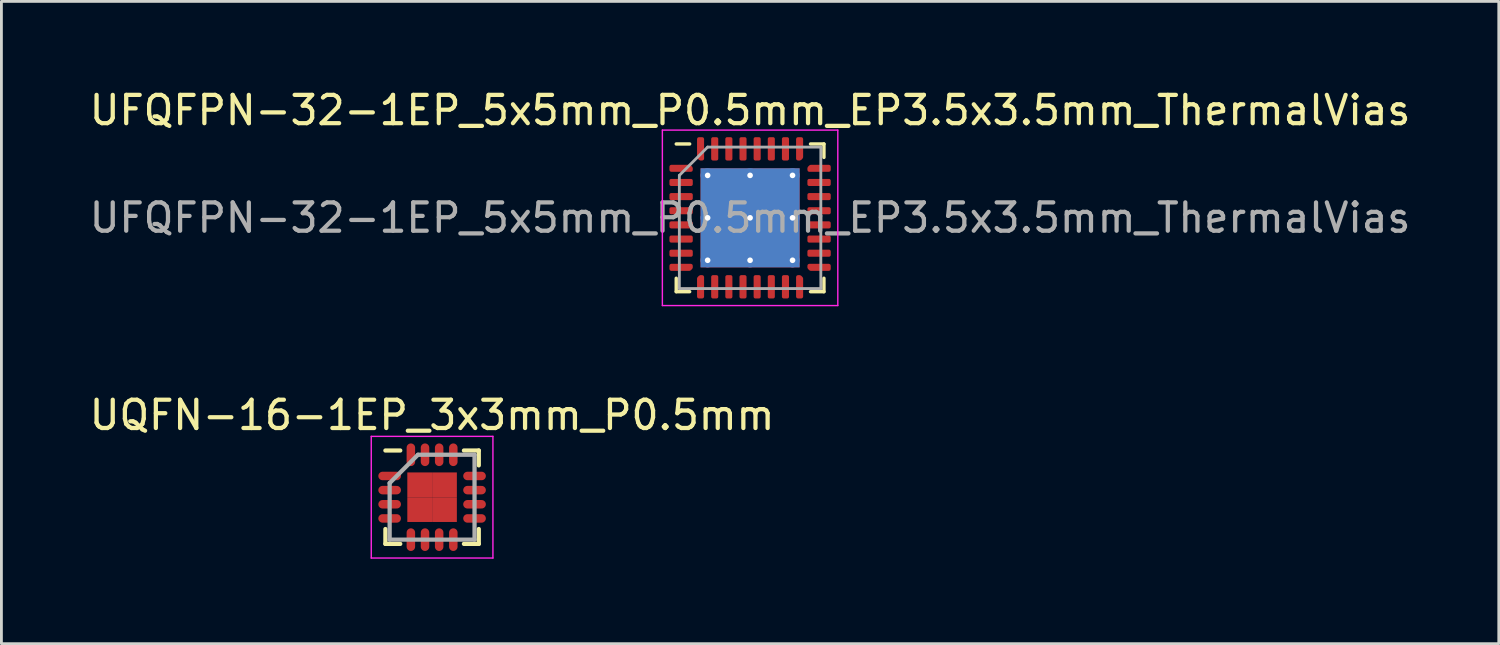
<source format=kicad_pcb>
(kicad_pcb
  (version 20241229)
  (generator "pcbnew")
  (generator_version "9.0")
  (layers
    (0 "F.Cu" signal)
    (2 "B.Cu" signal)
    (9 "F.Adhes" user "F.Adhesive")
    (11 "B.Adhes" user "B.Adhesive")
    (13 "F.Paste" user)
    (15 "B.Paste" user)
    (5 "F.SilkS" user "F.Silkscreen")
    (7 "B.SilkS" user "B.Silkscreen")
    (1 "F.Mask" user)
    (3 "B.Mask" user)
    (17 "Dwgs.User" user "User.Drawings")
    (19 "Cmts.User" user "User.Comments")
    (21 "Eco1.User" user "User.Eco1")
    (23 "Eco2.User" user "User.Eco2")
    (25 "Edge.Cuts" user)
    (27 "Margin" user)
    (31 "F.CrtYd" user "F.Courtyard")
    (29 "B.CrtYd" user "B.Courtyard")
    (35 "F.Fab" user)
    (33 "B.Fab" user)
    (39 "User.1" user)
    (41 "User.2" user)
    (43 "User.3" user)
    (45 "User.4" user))
  (footprint "UFQFPN-32-1EP_5x5mm_P0.5mm_EP3.5x3.5mm_ThermalVias"
    (layer "F.Cu")
    (at 23.458 4.648)
    (property "Reference" "UFQFPN-32-1EP_5x5mm_P0.5mm_EP3.5x3.5mm_ThermalVias" (at 0 -3.8 0) (layer "F.SilkS") (effects (font (size 1 1) (thickness 0.15))))
    (attr smd)
    (fp_line (start -2.61 2.61) (end -2.61 2.135) (stroke (width 0.12) (type solid)) (layer "F.SilkS"))
    (fp_line (start -2.135 -2.61) (end -2.61 -2.61) (stroke (width 0.12) (type solid)) (layer "F.SilkS"))
    (fp_line (start -2.135 2.61) (end -2.61 2.61) (stroke (width 0.12) (type solid)) (layer "F.SilkS"))
    (fp_line (start 2.135 -2.61) (end 2.61 -2.61) (stroke (width 0.12) (type solid)) (layer "F.SilkS"))
    (fp_line (start 2.135 2.61) (end 2.61 2.61) (stroke (width 0.12) (type solid)) (layer "F.SilkS"))
    (fp_line (start 2.61 -2.61) (end 2.61 -2.135) (stroke (width 0.12) (type solid)) (layer "F.SilkS"))
    (fp_line (start 2.61 2.61) (end 2.61 2.135) (stroke (width 0.12) (type solid)) (layer "F.SilkS"))
    (fp_line (start -3.1 -3.1) (end -3.1 3.1) (stroke (width 0.05) (type solid)) (layer "F.CrtYd"))
    (fp_line (start -3.1 3.1) (end 3.1 3.1) (stroke (width 0.05) (type solid)) (layer "F.CrtYd"))
    (fp_line (start 3.1 -3.1) (end -3.1 -3.1) (stroke (width 0.05) (type solid)) (layer "F.CrtYd"))
    (fp_line (start 3.1 3.1) (end 3.1 -3.1) (stroke (width 0.05) (type solid)) (layer "F.CrtYd"))
    (fp_line (start -2.5 -1.5) (end -1.5 -2.5) (stroke (width 0.1) (type solid)) (layer "F.Fab"))
    (fp_line (start -2.5 2.5) (end -2.5 -1.5) (stroke (width 0.1) (type solid)) (layer "F.Fab"))
    (fp_line (start -1.5 -2.5) (end 2.5 -2.5) (stroke (width 0.1) (type solid)) (layer "F.Fab"))
    (fp_line (start 2.5 -2.5) (end 2.5 2.5) (stroke (width 0.1) (type solid)) (layer "F.Fab"))
    (fp_line (start 2.5 2.5) (end -2.5 2.5) (stroke (width 0.1) (type solid)) (layer "F.Fab"))
    (fp_text user "${REFERENCE}" (at 0 0 0) (layer "F.Fab") (effects (font (size 1 1) (thickness 0.15))))
    (pad "" smd roundrect (at -0.875 -0.875) (size 1.52 1.52) (layers "F.Paste") (roundrect_rratio 0.164))
    (pad "" smd roundrect (at -0.875 0.875) (size 1.52 1.52) (layers "F.Paste") (roundrect_rratio 0.164))
    (pad "" smd roundrect (at 0.875 -0.875) (size 1.52 1.52) (layers "F.Paste") (roundrect_rratio 0.164))
    (pad "" smd roundrect (at 0.875 0.875) (size 1.52 1.52) (layers "F.Paste") (roundrect_rratio 0.164))
    (pad "1" smd custom (at -2.438 -1.75) (size 0.186 0.186) (layers "F.Cu" "F.Mask" "F.Paste") (options (anchor circle)) (primitives (gr_poly (pts (xy -0.35 -0.062) (xy 0.297 -0.062) (xy 0.35 -0.009) (xy 0.35 0.062) (xy -0.35 0.062)) (width 0.125) (fill yes))))
    (pad "2" smd roundrect (at -2.438 -1.25) (size 0.825 0.25) (layers "F.Cu" "F.Mask" "F.Paste") (roundrect_rratio 0.25))
    (pad "3" smd roundrect (at -2.438 -0.75) (size 0.825 0.25) (layers "F.Cu" "F.Mask" "F.Paste") (roundrect_rratio 0.25))
    (pad "4" smd roundrect (at -2.438 -0.25) (size 0.825 0.25) (layers "F.Cu" "F.Mask" "F.Paste") (roundrect_rratio 0.25))
    (pad "5" smd roundrect (at -2.438 0.25) (size 0.825 0.25) (layers "F.Cu" "F.Mask" "F.Paste") (roundrect_rratio 0.25))
    (pad "6" smd roundrect (at -2.438 0.75) (size 0.825 0.25) (layers "F.Cu" "F.Mask" "F.Paste") (roundrect_rratio 0.25))
    (pad "7" smd roundrect (at -2.438 1.25) (size 0.825 0.25) (layers "F.Cu" "F.Mask" "F.Paste") (roundrect_rratio 0.25))
    (pad "8" smd custom (at -2.438 1.75) (size 0.186 0.186) (layers "F.Cu" "F.Mask" "F.Paste") (options (anchor circle)) (primitives (gr_poly (pts (xy -0.35 -0.062) (xy 0.35 -0.062) (xy 0.35 0.009) (xy 0.297 0.062) (xy -0.35 0.062)) (width 0.125) (fill yes))))
    (pad "9" smd custom (at -1.75 2.438) (size 0.186 0.186) (layers "F.Cu" "F.Mask" "F.Paste") (options (anchor circle)) (primitives (gr_poly (pts (xy -0.062 -0.297) (xy -0.009 -0.35) (xy 0.062 -0.35) (xy 0.062 0.35) (xy -0.062 0.35)) (width 0.125) (fill yes))))
    (pad "10" smd roundrect (at -1.25 2.438) (size 0.25 0.825) (layers "F.Cu" "F.Mask" "F.Paste") (roundrect_rratio 0.25))
    (pad "11" smd roundrect (at -0.75 2.438) (size 0.25 0.825) (layers "F.Cu" "F.Mask" "F.Paste") (roundrect_rratio 0.25))
    (pad "12" smd roundrect (at -0.25 2.438) (size 0.25 0.825) (layers "F.Cu" "F.Mask" "F.Paste") (roundrect_rratio 0.25))
    (pad "13" smd roundrect (at 0.25 2.438) (size 0.25 0.825) (layers "F.Cu" "F.Mask" "F.Paste") (roundrect_rratio 0.25))
    (pad "14" smd roundrect (at 0.75 2.438) (size 0.25 0.825) (layers "F.Cu" "F.Mask" "F.Paste") (roundrect_rratio 0.25))
    (pad "15" smd roundrect (at 1.25 2.438) (size 0.25 0.825) (layers "F.Cu" "F.Mask" "F.Paste") (roundrect_rratio 0.25))
    (pad "16" smd custom (at 1.75 2.438) (size 0.186 0.186) (layers "F.Cu" "F.Mask" "F.Paste") (options (anchor circle)) (primitives (gr_poly (pts (xy -0.062 -0.35) (xy 0.009 -0.35) (xy 0.062 -0.297) (xy 0.062 0.35) (xy -0.062 0.35)) (width 0.125) (fill yes))))
    (pad "17" smd custom (at 2.438 1.75) (size 0.186 0.186) (layers "F.Cu" "F.Mask" "F.Paste") (options (anchor circle)) (primitives (gr_poly (pts (xy -0.35 -0.062) (xy 0.35 -0.062) (xy 0.35 0.062) (xy -0.297 0.062) (xy -0.35 0.009)) (width 0.125) (fill yes))))
    (pad "18" smd roundrect (at 2.438 1.25) (size 0.825 0.25) (layers "F.Cu" "F.Mask" "F.Paste") (roundrect_rratio 0.25))
    (pad "19" smd roundrect (at 2.438 0.75) (size 0.825 0.25) (layers "F.Cu" "F.Mask" "F.Paste") (roundrect_rratio 0.25))
    (pad "20" smd roundrect (at 2.438 0.25) (size 0.825 0.25) (layers "F.Cu" "F.Mask" "F.Paste") (roundrect_rratio 0.25))
    (pad "21" smd roundrect (at 2.438 -0.25) (size 0.825 0.25) (layers "F.Cu" "F.Mask" "F.Paste") (roundrect_rratio 0.25))
    (pad "22" smd roundrect (at 2.438 -0.75) (size 0.825 0.25) (layers "F.Cu" "F.Mask" "F.Paste") (roundrect_rratio 0.25))
    (pad "23" smd roundrect (at 2.438 -1.25) (size 0.825 0.25) (layers "F.Cu" "F.Mask" "F.Paste") (roundrect_rratio 0.25))
    (pad "24" smd custom (at 2.438 -1.75) (size 0.186 0.186) (layers "F.Cu" "F.Mask" "F.Paste") (options (anchor circle)) (primitives (gr_poly (pts (xy -0.35 -0.009) (xy -0.297 -0.062) (xy 0.35 -0.062) (xy 0.35 0.062) (xy -0.35 0.062)) (width 0.125) (fill yes))))
    (pad "25" smd custom (at 1.75 -2.438) (size 0.186 0.186) (layers "F.Cu" "F.Mask" "F.Paste") (options (anchor circle)) (primitives (gr_poly (pts (xy -0.062 -0.35) (xy 0.062 -0.35) (xy 0.062 0.297) (xy 0.009 0.35) (xy -0.062 0.35)) (width 0.125) (fill yes))))
    (pad "26" smd roundrect (at 1.25 -2.438) (size 0.25 0.825) (layers "F.Cu" "F.Mask" "F.Paste") (roundrect_rratio 0.25))
    (pad "27" smd roundrect (at 0.75 -2.438) (size 0.25 0.825) (layers "F.Cu" "F.Mask" "F.Paste") (roundrect_rratio 0.25))
    (pad "28" smd roundrect (at 0.25 -2.438) (size 0.25 0.825) (layers "F.Cu" "F.Mask" "F.Paste") (roundrect_rratio 0.25))
    (pad "29" smd roundrect (at -0.25 -2.438) (size 0.25 0.825) (layers "F.Cu" "F.Mask" "F.Paste") (roundrect_rratio 0.25))
    (pad "30" smd roundrect (at -0.75 -2.438) (size 0.25 0.825) (layers "F.Cu" "F.Mask" "F.Paste") (roundrect_rratio 0.25))
    (pad "31" smd roundrect (at -1.25 -2.438) (size 0.25 0.825) (layers "F.Cu" "F.Mask" "F.Paste") (roundrect_rratio 0.25))
    (pad "32" smd custom (at -1.75 -2.438) (size 0.186 0.186) (layers "F.Cu" "F.Mask" "F.Paste") (options (anchor circle)) (primitives (gr_poly (pts (xy -0.062 -0.35) (xy 0.062 -0.35) (xy 0.062 0.35) (xy -0.009 0.35) (xy -0.062 0.297)) (width 0.125) (fill yes))))
    (pad "33" thru_hole circle (at -1.5 -1.5) (size 0.5 0.5) (drill 0.2) (layers "*.Cu"))
    (pad "33" thru_hole circle (at -1.5 0) (size 0.5 0.5) (drill 0.2) (layers "*.Cu"))
    (pad "33" thru_hole circle (at -1.5 1.5) (size 0.5 0.5) (drill 0.2) (layers "*.Cu"))
    (pad "33" thru_hole circle (at 0 -1.5) (size 0.5 0.5) (drill 0.2) (layers "*.Cu"))
    (pad "33" thru_hole circle (at 0 0) (size 0.5 0.5) (drill 0.2) (layers "*.Cu"))
    (pad "33" smd rect (at 0 0) (size 3.5 3.5) (layers "F.Cu" "F.Mask"))
    (pad "33" smd rect (at 0 0) (size 3.5 3.5) (layers "B.Cu"))
    (pad "33" thru_hole circle (at 0 1.5) (size 0.5 0.5) (drill 0.2) (layers "*.Cu"))
    (pad "33" thru_hole circle (at 1.5 -1.5) (size 0.5 0.5) (drill 0.2) (layers "*.Cu"))
    (pad "33" thru_hole circle (at 1.5 0) (size 0.5 0.5) (drill 0.2) (layers "*.Cu"))
    (pad "33" thru_hole circle (at 1.5 1.5) (size 0.5 0.5) (drill 0.2) (layers "*.Cu")))
  (footprint "UQFN-16-1EP_3x3mm_P0.5mm"
    (layer "F.Cu")
    (at 12.22 14.521)
    (property "Reference" "UQFN-16-1EP_3x3mm_P0.5mm" (at 0 -2.9 0) (layer "F.SilkS") (effects (font (size 1 1) (thickness 0.15))))
    (attr smd)
    (fp_line (start -1.65 -1.65) (end -1.125 -1.65) (stroke (width 0.15) (type solid)) (layer "F.SilkS"))
    (fp_line (start -1.65 1.65) (end -1.65 1.125) (stroke (width 0.15) (type solid)) (layer "F.SilkS"))
    (fp_line (start -1.65 1.65) (end -1.125 1.65) (stroke (width 0.15) (type solid)) (layer "F.SilkS"))
    (fp_line (start 1.65 -1.65) (end 1.125 -1.65) (stroke (width 0.15) (type solid)) (layer "F.SilkS"))
    (fp_line (start 1.65 -1.65) (end 1.65 -1.125) (stroke (width 0.15) (type solid)) (layer "F.SilkS"))
    (fp_line (start 1.65 1.65) (end 1.125 1.65) (stroke (width 0.15) (type solid)) (layer "F.SilkS"))
    (fp_line (start 1.65 1.65) (end 1.65 1.125) (stroke (width 0.15) (type solid)) (layer "F.SilkS"))
    (fp_line (start -2.15 -2.15) (end -2.15 2.15) (stroke (width 0.05) (type solid)) (layer "F.CrtYd"))
    (fp_line (start -2.15 -2.15) (end 2.15 -2.15) (stroke (width 0.05) (type solid)) (layer "F.CrtYd"))
    (fp_line (start -2.15 2.15) (end 2.15 2.15) (stroke (width 0.05) (type solid)) (layer "F.CrtYd"))
    (fp_line (start 2.15 -2.15) (end 2.15 2.15) (stroke (width 0.05) (type solid)) (layer "F.CrtYd"))
    (fp_line (start -1.5 -0.5) (end -0.5 -1.5) (stroke (width 0.15) (type solid)) (layer "F.Fab"))
    (fp_line (start -1.5 1.5) (end -1.5 -0.5) (stroke (width 0.15) (type solid)) (layer "F.Fab"))
    (fp_line (start -0.5 -1.5) (end 1.5 -1.5) (stroke (width 0.15) (type solid)) (layer "F.Fab"))
    (fp_line (start 1.5 -1.5) (end 1.5 1.5) (stroke (width 0.15) (type solid)) (layer "F.Fab"))
    (fp_line (start 1.5 1.5) (end -1.5 1.5) (stroke (width 0.15) (type solid)) (layer "F.Fab"))
    (pad "1" smd oval (at -1.5 -0.75) (size 0.8 0.3) (layers "F.Cu" "F.Mask" "F.Paste"))
    (pad "2" smd oval (at -1.5 -0.25) (size 0.8 0.3) (layers "F.Cu" "F.Mask" "F.Paste"))
    (pad "3" smd oval (at -1.5 0.25) (size 0.8 0.3) (layers "F.Cu" "F.Mask" "F.Paste"))
    (pad "4" smd oval (at -1.5 0.75) (size 0.8 0.3) (layers "F.Cu" "F.Mask" "F.Paste"))
    (pad "5" smd oval (at -0.75 1.5 90) (size 0.8 0.3) (layers "F.Cu" "F.Mask" "F.Paste"))
    (pad "6" smd oval (at -0.25 1.5 90) (size 0.8 0.3) (layers "F.Cu" "F.Mask" "F.Paste"))
    (pad "7" smd oval (at 0.25 1.5 90) (size 0.8 0.3) (layers "F.Cu" "F.Mask" "F.Paste"))
    (pad "8" smd oval (at 0.75 1.5 90) (size 0.8 0.3) (layers "F.Cu" "F.Mask" "F.Paste"))
    (pad "9" smd oval (at 1.5 0.75) (size 0.8 0.3) (layers "F.Cu" "F.Mask" "F.Paste"))
    (pad "10" smd oval (at 1.5 0.25) (size 0.8 0.3) (layers "F.Cu" "F.Mask" "F.Paste"))
    (pad "11" smd oval (at 1.5 -0.25) (size 0.8 0.3) (layers "F.Cu" "F.Mask" "F.Paste"))
    (pad "12" smd oval (at 1.5 -0.75) (size 0.8 0.3) (layers "F.Cu" "F.Mask" "F.Paste"))
    (pad "13" smd oval (at 0.75 -1.5 90) (size 0.8 0.3) (layers "F.Cu" "F.Mask" "F.Paste"))
    (pad "14" smd oval (at 0.25 -1.5 90) (size 0.8 0.3) (layers "F.Cu" "F.Mask" "F.Paste"))
    (pad "15" smd oval (at -0.25 -1.5 90) (size 0.8 0.3) (layers "F.Cu" "F.Mask" "F.Paste"))
    (pad "16" smd oval (at -0.75 -1.5 90) (size 0.8 0.3) (layers "F.Cu" "F.Mask" "F.Paste"))
    (pad "17" smd rect (at -0.438 -0.438) (size 0.875 0.875) (layers "F.Cu" "F.Mask" "F.Paste"))
    (pad "17" smd rect (at -0.438 0.438) (size 0.875 0.875) (layers "F.Cu" "F.Mask" "F.Paste"))
    (pad "17" smd rect (at 0.438 -0.438) (size 0.875 0.875) (layers "F.Cu" "F.Mask" "F.Paste"))
    (pad "17" smd rect (at 0.438 0.438) (size 0.875 0.875) (layers "F.Cu" "F.Mask" "F.Paste")))
  (gr_rect
    (start -3 -3)
    (end 49.917 19.697)
    (stroke (width 0.1) (type default))
    (fill no)
    (layer "Edge.Cuts")))
</source>
